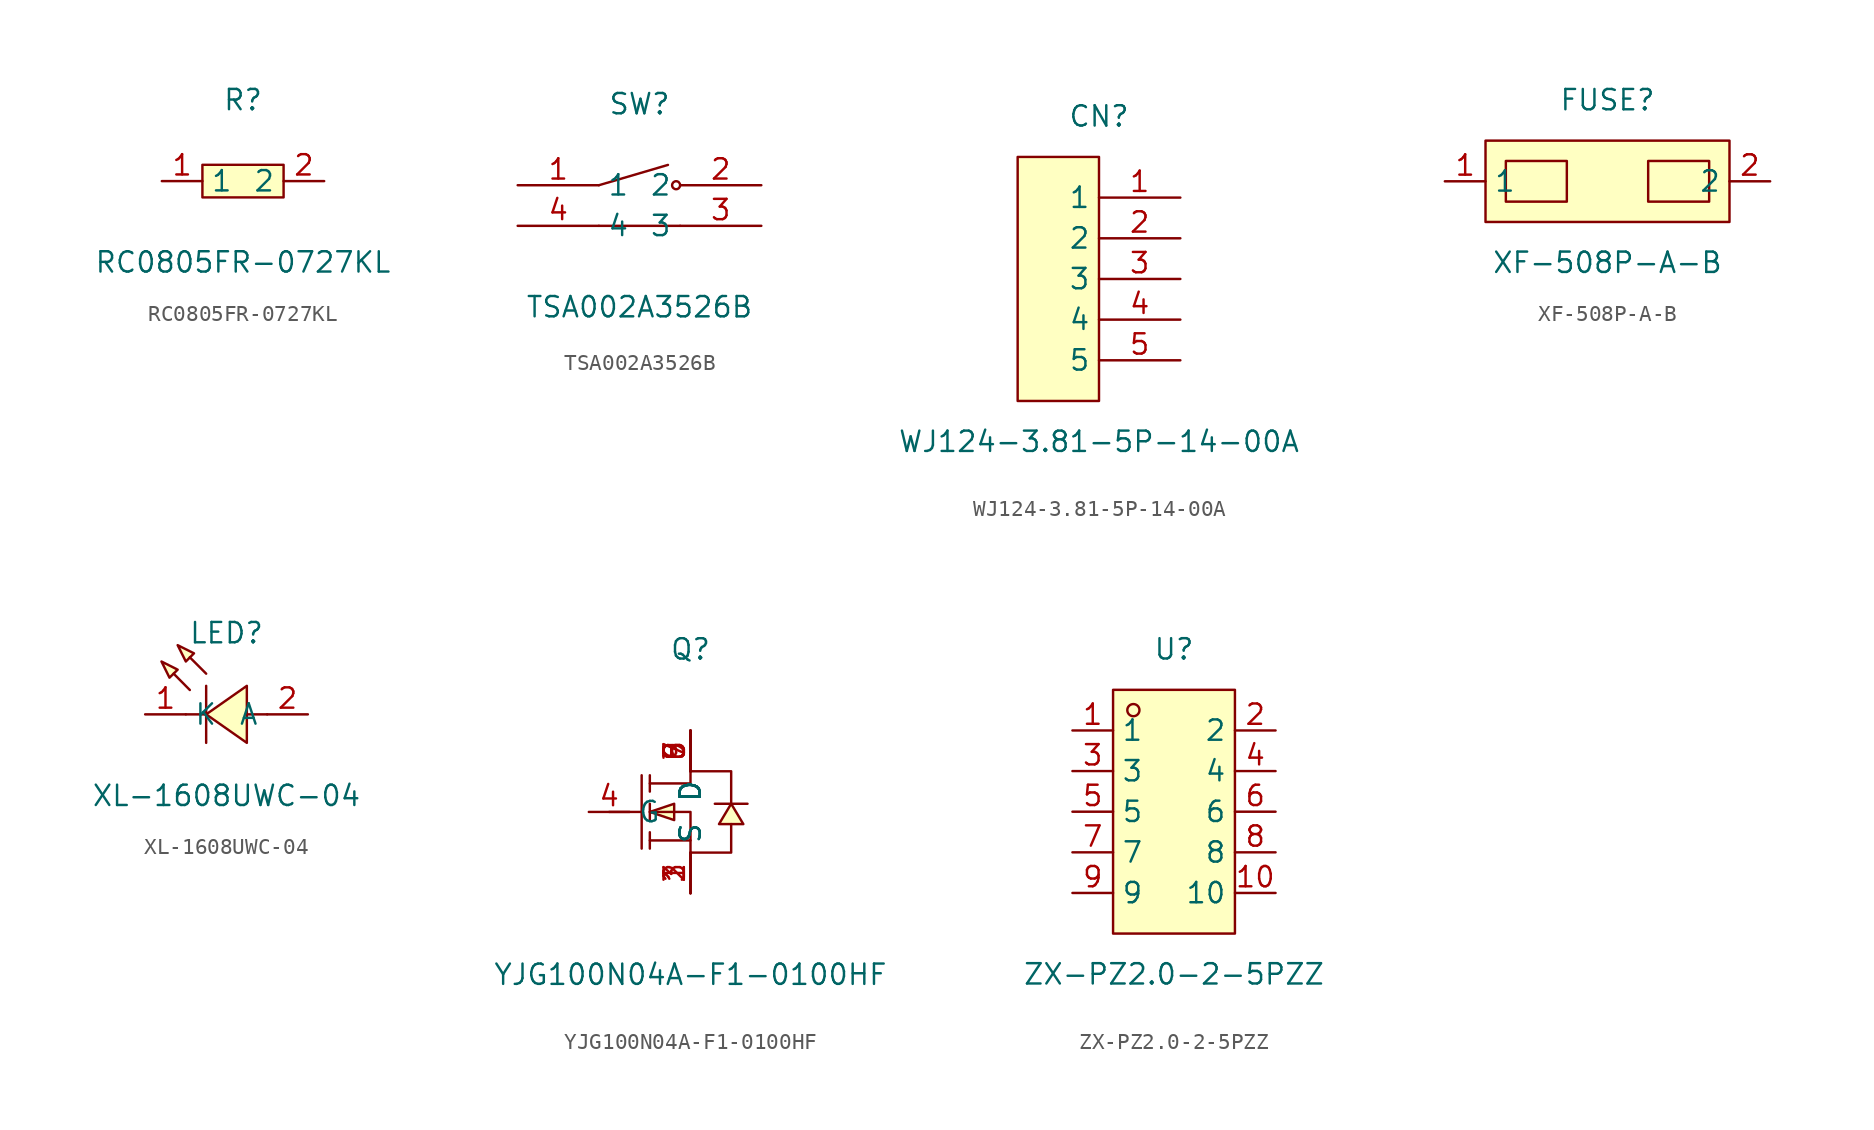
<source format=kicad_sym>
(kicad_symbol_lib
  (version 20211014)
  (generator https://github.com/uPesy/easyeda2kicad.py)
  (symbol "RC0805FR-0727KL"
    (property "Reference" "R"
      (at 0 5.08 0)
      (effects (font (size 1.27 1.27))))
    (property "Value" "RC0805FR-0727KL"
      (at 0 -5.08 0)
      (effects (font (size 1.27 1.27))))
    (symbol "RC0805FR-0727KL_0_1"
      (rectangle (start -2.54 1.02) (end 2.54 -1.02) (stroke (width 0) (type default) (color 0 0 0 0)) (fill (type background)))
      (pin input line (at 5.08 -0.00 180) (length 2.54) (name "2" (effects (font (size 1.27 1.27)))) (number "2" (effects (font (size 1.27 1.27)))))
      (pin input line (at -5.08 -0.00 0) (length 2.54) (name "1" (effects (font (size 1.27 1.27)))) (number "1" (effects (font (size 1.27 1.27)))))))
  (symbol "TSA002A3526B"
    (property "Reference" "SW"
      (at 0 5.08 0)
      (effects (font (size 1.27 1.27))))
    (property "Value" "TSA002A3526B"
      (at 0 -7.62 0)
      (effects (font (size 1.27 1.27))))
    (symbol "TSA002A3526B_0_1"
      (circle (center 2.29 -0.00) (radius 0.25) (stroke (width 0) (type default) (color 0 0 0 0)) (fill (type none)))
      (polyline (pts (xy -2.54 -0.00) (xy 1.78 1.27)) (stroke (width 0) (type default) (color 0 0 0 0)) (fill (type none)))
      (polyline (pts (xy 2.54 -2.54) (xy -2.54 -2.54)) (stroke (width 0) (type default) (color 0 0 0 0)) (fill (type none)))
      (pin unspecified line (at -7.62 -2.54 0) (length 5.08) (name "4" (effects (font (size 1.27 1.27)))) (number "4" (effects (font (size 1.27 1.27)))))
      (pin unspecified line (at 7.62 -2.54 180) (length 5.08) (name "3" (effects (font (size 1.27 1.27)))) (number "3" (effects (font (size 1.27 1.27)))))
      (pin unspecified line (at 7.62 -0.00 180) (length 5.08) (name "2" (effects (font (size 1.27 1.27)))) (number "2" (effects (font (size 1.27 1.27)))))
      (pin unspecified line (at -7.62 -0.00 0) (length 5.08) (name "1" (effects (font (size 1.27 1.27)))) (number "1" (effects (font (size 1.27 1.27)))))))
  (symbol "WJ124-3.81-5P-14-00A"
    (property "Reference" "CN"
      (at 0 10.16 0)
      (effects (font (size 1.27 1.27))))
    (property "Value" "WJ124-3.81-5P-14-00A"
      (at 0 -10.16 0)
      (effects (font (size 1.27 1.27))))
    (symbol "WJ124-3.81-5P-14-00A_0_1"
      (rectangle (start -5.08 7.62) (end 0.00 -7.62) (stroke (width 0) (type default) (color 0 0 0 0)) (fill (type background)))
      (pin unspecified line (at 5.08 5.08 180) (length 5.08) (name "1" (effects (font (size 1.27 1.27)))) (number "1" (effects (font (size 1.27 1.27)))))
      (pin unspecified line (at 5.08 2.54 180) (length 5.08) (name "2" (effects (font (size 1.27 1.27)))) (number "2" (effects (font (size 1.27 1.27)))))
      (pin unspecified line (at 5.08 -0.00 180) (length 5.08) (name "3" (effects (font (size 1.27 1.27)))) (number "3" (effects (font (size 1.27 1.27)))))
      (pin unspecified line (at 5.08 -2.54 180) (length 5.08) (name "4" (effects (font (size 1.27 1.27)))) (number "4" (effects (font (size 1.27 1.27)))))
      (pin unspecified line (at 5.08 -5.08 180) (length 5.08) (name "5" (effects (font (size 1.27 1.27)))) (number "5" (effects (font (size 1.27 1.27)))))))
  (symbol "XF-508P-A-B"
    (property "Reference" "FUSE"
      (at 0 5.08 0)
      (effects (font (size 1.27 1.27))))
    (property "Value" "XF-508P-A-B"
      (at 0 -5.08 0)
      (effects (font (size 1.27 1.27))))
    (symbol "XF-508P-A-B_0_1"
      (rectangle (start -7.62 2.54) (end 7.62 -2.54) (stroke (width 0) (type default) (color 0 0 0 0)) (fill (type background)))
      (rectangle (start -6.35 1.27) (end -2.54 -1.27) (stroke (width 0) (type default) (color 0 0 0 0)) (fill (type background)))
      (rectangle (start 2.54 1.27) (end 6.35 -1.27) (stroke (width 0) (type default) (color 0 0 0 0)) (fill (type background)))
      (pin unspecified line (at -10.16 -0.00 0) (length 2.54) (name "1" (effects (font (size 1.27 1.27)))) (number "1" (effects (font (size 1.27 1.27)))))
      (pin unspecified line (at 10.16 -0.00 180) (length 2.54) (name "2" (effects (font (size 1.27 1.27)))) (number "2" (effects (font (size 1.27 1.27)))))))
  (symbol "XL-1608UWC-04"
    (property "Reference" "LED"
      (at 0 5.08 0)
      (effects (font (size 1.27 1.27))))
    (property "Value" "XL-1608UWC-04"
      (at 0 -5.08 0)
      (effects (font (size 1.27 1.27))))
    (symbol "XL-1608UWC-04_0_1"
      (polyline (pts (xy 1.27 1.78) (xy -1.27 -0.00) (xy 1.27 -1.78) (xy 1.27 1.78)) (stroke (width 0) (type default) (color 0 0 0 0)) (fill (type background)))
      (polyline (pts (xy -3.05 4.32) (xy -2.03 3.81) (xy -2.54 3.30) (xy -3.05 4.32)) (stroke (width 0) (type default) (color 0 0 0 0)) (fill (type background)))
      (polyline (pts (xy -4.06 3.30) (xy -3.05 2.79) (xy -3.56 2.29) (xy -4.06 3.30)) (stroke (width 0) (type default) (color 0 0 0 0)) (fill (type background)))
      (polyline (pts (xy -1.27 1.78) (xy -1.27 -1.78)) (stroke (width 0) (type default) (color 0 0 0 0)) (fill (type none)))
      (polyline (pts (xy 2.54 -0.00) (xy 1.27 -0.00)) (stroke (width 0) (type default) (color 0 0 0 0)) (fill (type none)))
      (polyline (pts (xy -1.27 -0.00) (xy -2.54 -0.00)) (stroke (width 0) (type default) (color 0 0 0 0)) (fill (type none)))
      (polyline (pts (xy -1.27 2.54) (xy -2.29 3.56) (xy -1.27 2.54)) (stroke (width 0) (type default) (color 0 0 0 0)) (fill (type background)))
      (polyline (pts (xy -2.29 1.52) (xy -3.30 2.54) (xy -2.29 1.52)) (stroke (width 0) (type default) (color 0 0 0 0)) (fill (type background)))
      (pin unspecified line (at 5.08 -0.00 180) (length 2.54) (name "A" (effects (font (size 1.27 1.27)))) (number "2" (effects (font (size 1.27 1.27)))))
      (pin unspecified line (at -5.08 -0.00 0) (length 2.54) (name "K" (effects (font (size 1.27 1.27)))) (number "1" (effects (font (size 1.27 1.27)))))))
  (symbol "YJG100N04A-F1-0100HF"
    (property "Reference" "Q"
      (at 0 10.16 0)
      (effects (font (size 1.27 1.27))))
    (property "Value" "YJG100N04A-F1-0100HF"
      (at 0 -10.16 0)
      (effects (font (size 1.27 1.27))))
    (symbol "YJG100N04A-F1-0100HF_0_1"
      (polyline (pts (xy 3.56 0.51) (xy 3.05 0.51) (xy 2.03 0.51) (xy 1.52 0.51)) (stroke (width 0) (type default) (color 0 0 0 0)) (fill (type none)))
      (polyline (pts (xy -5.08 -0.00) (xy -3.05 -0.00)) (stroke (width 0) (type default) (color 0 0 0 0)) (fill (type none)))
      (polyline (pts (xy -2.54 -2.29) (xy -2.54 -1.27)) (stroke (width 0) (type default) (color 0 0 0 0)) (fill (type none)))
      (polyline (pts (xy -2.54 -0.51) (xy -2.54 0.51)) (stroke (width 0) (type default) (color 0 0 0 0)) (fill (type none)))
      (polyline (pts (xy -2.54 2.29) (xy -2.54 1.27)) (stroke (width 0) (type default) (color 0 0 0 0)) (fill (type none)))
      (polyline (pts (xy -3.05 2.29) (xy -3.05 -2.29)) (stroke (width 0) (type default) (color 0 0 0 0)) (fill (type none)))
      (polyline (pts (xy 0.00 -1.78) (xy -2.54 -1.78)) (stroke (width 0) (type default) (color 0 0 0 0)) (fill (type none)))
      (polyline (pts (xy -2.54 -0.00) (xy 0.00 -0.00) (xy 0.00 -2.54) (xy 2.54 -2.54) (xy 2.54 -0.76)) (stroke (width 0) (type default) (color 0 0 0 0)) (fill (type none)))
      (polyline (pts (xy -2.54 1.78) (xy 0.00 1.78) (xy 0.00 2.54) (xy 2.54 2.54) (xy 2.54 0.51)) (stroke (width 0) (type default) (color 0 0 0 0)) (fill (type none)))
      (polyline (pts (xy 2.54 0.51) (xy 1.78 -0.76) (xy 3.30 -0.76) (xy 2.54 0.51)) (stroke (width 0) (type default) (color 0 0 0 0)) (fill (type background)))
      (polyline (pts (xy -2.54 -0.00) (xy -1.02 -0.51) (xy -1.02 0.51) (xy -2.54 -0.00)) (stroke (width 0) (type default) (color 0 0 0 0)) (fill (type background)))
      (pin unspecified line (at 0.00 5.08 270) (length 2.54) (name "D" (effects (font (size 1.27 1.27)))) (number "9" (effects (font (size 1.27 1.27)))))
      (pin unspecified line (at 0.00 5.08 270) (length 2.54) (name "D" (effects (font (size 1.27 1.27)))) (number "8" (effects (font (size 1.27 1.27)))))
      (pin unspecified line (at 0.00 5.08 270) (length 2.54) (name "D" (effects (font (size 1.27 1.27)))) (number "7" (effects (font (size 1.27 1.27)))))
      (pin unspecified line (at 0.00 5.08 270) (length 2.54) (name "D" (effects (font (size 1.27 1.27)))) (number "6" (effects (font (size 1.27 1.27)))))
      (pin unspecified line (at 0.00 -5.08 90) (length 2.54) (name "S" (effects (font (size 1.27 1.27)))) (number "3" (effects (font (size 1.27 1.27)))))
      (pin unspecified line (at 0.00 -5.08 90) (length 2.54) (name "S" (effects (font (size 1.27 1.27)))) (number "1" (effects (font (size 1.27 1.27)))))
      (pin unspecified line (at -6.35 -0.00 0) (length 2.54) (name "G" (effects (font (size 1.27 1.27)))) (number "4" (effects (font (size 1.27 1.27)))))
      (pin unspecified line (at 0.00 5.08 270) (length 2.54) (name "D" (effects (font (size 1.27 1.27)))) (number "5" (effects (font (size 1.27 1.27)))))
      (pin unspecified line (at 0.00 -5.08 90) (length 2.54) (name "S" (effects (font (size 1.27 1.27)))) (number "2" (effects (font (size 1.27 1.27)))))))
  (symbol "ZX-PZ2.0-2-5PZZ"
    (property "Reference" "U"
      (at 0 10.16 0)
      (effects (font (size 1.27 1.27))))
    (property "Value" "ZX-PZ2.0-2-5PZZ"
      (at 0 -10.16 0)
      (effects (font (size 1.27 1.27))))
    (symbol "ZX-PZ2.0-2-5PZZ_0_1"
      (rectangle (start -3.81 7.62) (end 3.81 -7.62) (stroke (width 0) (type default) (color 0 0 0 0)) (fill (type background)))
      (circle (center -2.54 6.35) (radius 0.38) (stroke (width 0) (type default) (color 0 0 0 0)) (fill (type none)))
      (pin unspecified line (at -6.35 5.08 0) (length 2.54) (name "1" (effects (font (size 1.27 1.27)))) (number "1" (effects (font (size 1.27 1.27)))))
      (pin unspecified line (at 6.35 -5.08 180) (length 2.54) (name "10" (effects (font (size 1.27 1.27)))) (number "10" (effects (font (size 1.27 1.27)))))
      (pin unspecified line (at -6.35 2.54 0) (length 2.54) (name "3" (effects (font (size 1.27 1.27)))) (number "3" (effects (font (size 1.27 1.27)))))
      (pin unspecified line (at 6.35 -2.54 180) (length 2.54) (name "8" (effects (font (size 1.27 1.27)))) (number "8" (effects (font (size 1.27 1.27)))))
      (pin unspecified line (at -6.35 -0.00 0) (length 2.54) (name "5" (effects (font (size 1.27 1.27)))) (number "5" (effects (font (size 1.27 1.27)))))
      (pin unspecified line (at 6.35 -0.00 180) (length 2.54) (name "6" (effects (font (size 1.27 1.27)))) (number "6" (effects (font (size 1.27 1.27)))))
      (pin unspecified line (at -6.35 -2.54 0) (length 2.54) (name "7" (effects (font (size 1.27 1.27)))) (number "7" (effects (font (size 1.27 1.27)))))
      (pin unspecified line (at 6.35 2.54 180) (length 2.54) (name "4" (effects (font (size 1.27 1.27)))) (number "4" (effects (font (size 1.27 1.27)))))
      (pin unspecified line (at -6.35 -5.08 0) (length 2.54) (name "9" (effects (font (size 1.27 1.27)))) (number "9" (effects (font (size 1.27 1.27)))))
      (pin unspecified line (at 6.35 5.08 180) (length 2.54) (name "2" (effects (font (size 1.27 1.27)))) (number "2" (effects (font (size 1.27 1.27))))))))
</source>
